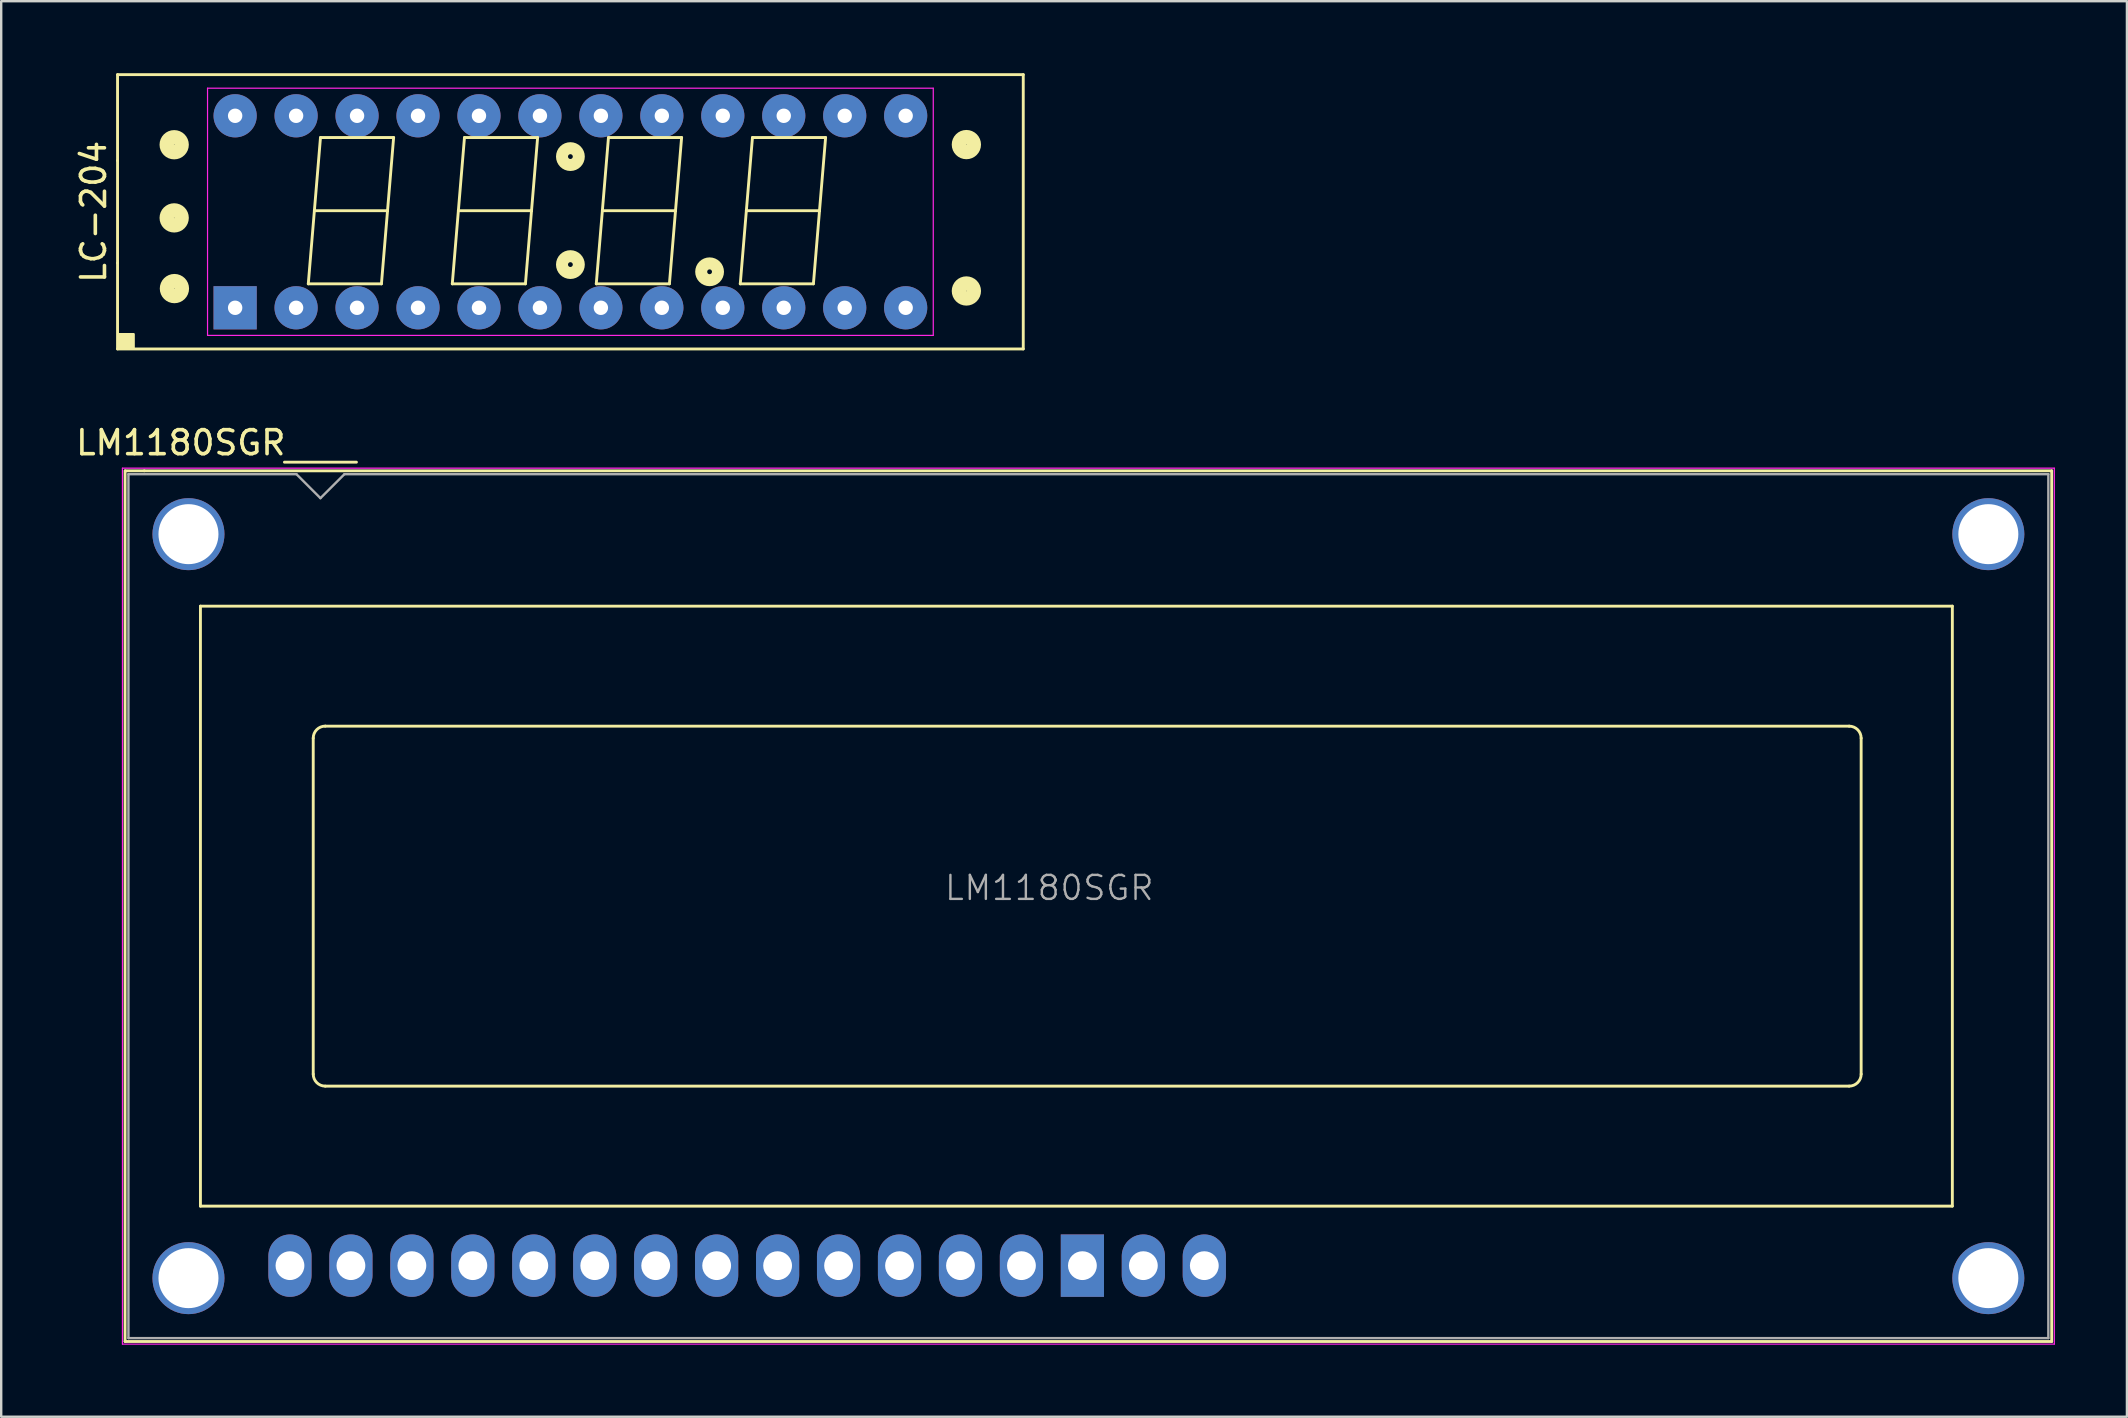
<source format=kicad_pcb>
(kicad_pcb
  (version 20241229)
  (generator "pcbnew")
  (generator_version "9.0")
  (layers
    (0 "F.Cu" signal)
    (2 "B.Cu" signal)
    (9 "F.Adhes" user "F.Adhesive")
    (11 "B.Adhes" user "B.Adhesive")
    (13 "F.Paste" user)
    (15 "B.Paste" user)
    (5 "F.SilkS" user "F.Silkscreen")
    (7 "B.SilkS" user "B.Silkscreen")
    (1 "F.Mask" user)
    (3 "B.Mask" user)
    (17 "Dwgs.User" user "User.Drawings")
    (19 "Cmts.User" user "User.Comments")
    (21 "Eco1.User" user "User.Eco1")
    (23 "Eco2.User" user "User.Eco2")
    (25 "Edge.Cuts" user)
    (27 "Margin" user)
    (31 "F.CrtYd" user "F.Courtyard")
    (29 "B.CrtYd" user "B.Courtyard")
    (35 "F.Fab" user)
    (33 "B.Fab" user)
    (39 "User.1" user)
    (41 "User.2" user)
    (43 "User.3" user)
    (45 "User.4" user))
  (footprint "LM1180SGR"
    (layer "F.Cu")
    (at 10.302 19.208)
    (property "Reference" "LM1180SGR" (at -5.82 -3.81 0) (layer "F.SilkS") (effects (font (size 1 1) (thickness 0.15))))
    (attr through_hole)
    (fp_line (start -8.14 -2.64) (end -8.14 33.64) (stroke (width 0.12) (type solid)) (layer "F.SilkS"))
    (fp_line (start -8.14 33.64) (end 72.14 33.64) (stroke (width 0.12) (type solid)) (layer "F.SilkS"))
    (fp_line (start -8.13 -2.64) (end -7.34 -2.64) (stroke (width 0.12) (type solid)) (layer "F.SilkS"))
    (fp_line (start -5 3) (end 68 3) (stroke (width 0.12) (type solid)) (layer "F.SilkS"))
    (fp_line (start -5 28) (end -5 3) (stroke (width 0.12) (type solid)) (layer "F.SilkS"))
    (fp_line (start -1.5 -3) (end 1.5 -3) (stroke (width 0.12) (type solid)) (layer "F.SilkS"))
    (fp_line (start -0.3 22.499) (end -0.3 8.5) (stroke (width 0.12) (type solid)) (layer "F.SilkS"))
    (fp_line (start 0.2 8) (end 63.7 8) (stroke (width 0.12) (type solid)) (layer "F.SilkS"))
    (fp_line (start 63.701 23) (end 0.2 23) (stroke (width 0.12) (type solid)) (layer "F.SilkS"))
    (fp_line (start 64.2 8.5) (end 64.2 22.5) (stroke (width 0.12) (type solid)) (layer "F.SilkS"))
    (fp_line (start 68 3) (end 68 28) (stroke (width 0.12) (type solid)) (layer "F.SilkS"))
    (fp_line (start 68 28) (end -5 28) (stroke (width 0.12) (type solid)) (layer "F.SilkS"))
    (fp_line (start 72.14 -2.64) (end -7.34 -2.64) (stroke (width 0.12) (type solid)) (layer "F.SilkS"))
    (fp_line (start 72.14 33.64) (end 72.14 -2.64) (stroke (width 0.12) (type solid)) (layer "F.SilkS"))
    (fp_arc (start -0.29972 8.49884) (mid -0.153162 8.145018) (end 0.20066 7.99846) (stroke (width 0.12) (type solid)) (layer "F.SilkS"))
    (fp_arc (start 0.20066 22.9997) (mid -0.153162 22.853142) (end -0.29972 22.49932) (stroke (width 0.12) (type solid)) (layer "F.SilkS"))
    (fp_arc (start 63.7 8) (mid 64.053553 8.146447) (end 64.2 8.5) (stroke (width 0.12) (type solid)) (layer "F.SilkS"))
    (fp_arc (start 64.20104 22.49932) (mid 64.054482 22.853142) (end 63.70066 22.9997) (stroke (width 0.12) (type solid)) (layer "F.SilkS"))
    (fp_line (start -8.25 -2.75) (end -8.25 33.75) (stroke (width 0.05) (type solid)) (layer "F.CrtYd"))
    (fp_line (start -8.25 -2.75) (end 72.25 -2.75) (stroke (width 0.05) (type solid)) (layer "F.CrtYd"))
    (fp_line (start -8.25 33.75) (end 72.25 33.75) (stroke (width 0.05) (type solid)) (layer "F.CrtYd"))
    (fp_line (start 72.25 -2.75) (end 72.25 33.75) (stroke (width 0.05) (type solid)) (layer "F.CrtYd"))
    (fp_line (start -8 33.5) (end -8 -2.5) (stroke (width 0.1) (type solid)) (layer "F.Fab"))
    (fp_line (start -1 -2.5) (end -8 -2.5) (stroke (width 0.1) (type solid)) (layer "F.Fab"))
    (fp_line (start 0 -1.5) (end -1 -2.5) (stroke (width 0.1) (type solid)) (layer "F.Fab"))
    (fp_line (start 1 -2.5) (end 0 -1.5) (stroke (width 0.1) (type solid)) (layer "F.Fab"))
    (fp_line (start 1 -2.5) (end 72 -2.5) (stroke (width 0.1) (type solid)) (layer "F.Fab"))
    (fp_line (start 72 -2.5) (end 72 33.5) (stroke (width 0.1) (type solid)) (layer "F.Fab"))
    (fp_line (start 72 33.5) (end -8 33.5) (stroke (width 0.1) (type solid)) (layer "F.Fab"))
    (fp_text user "${REFERENCE}" (at 30.37 14.74 0) (layer "F.Fab") (effects (font (size 1 1) (thickness 0.1))))
    (pad "" thru_hole circle (at -5.499 0) (size 3 3) (drill 2.5) (layers "*.Cu" "*.Mask"))
    (pad "" thru_hole circle (at -5.499 31.001) (size 3 3) (drill 2.5) (layers "*.Cu" "*.Mask"))
    (pad "" thru_hole circle (at 69.499 31.001) (size 3 3) (drill 2.5) (layers "*.Cu" "*.Mask"))
    (pad "" thru_hole circle (at 69.5 0) (size 3 3) (drill 2.5) (layers "*.Cu" "*.Mask"))
    (pad "1" thru_hole rect (at 31.75 30.48 180) (size 1.8 2.6) (drill 1.2) (layers "*.Cu" "*.Mask"))
    (pad "2" thru_hole oval (at 29.21 30.48 180) (size 1.8 2.6) (drill 1.2) (layers "*.Cu" "*.Mask"))
    (pad "3" thru_hole oval (at 26.67 30.48 180) (size 1.8 2.6) (drill 1.2) (layers "*.Cu" "*.Mask"))
    (pad "4" thru_hole oval (at 24.13 30.48 180) (size 1.8 2.6) (drill 1.2) (layers "*.Cu" "*.Mask"))
    (pad "5" thru_hole oval (at 21.59 30.48 180) (size 1.8 2.6) (drill 1.2) (layers "*.Cu" "*.Mask"))
    (pad "6" thru_hole oval (at 19.05 30.48 180) (size 1.8 2.6) (drill 1.2) (layers "*.Cu" "*.Mask"))
    (pad "7" thru_hole oval (at 16.51 30.48 180) (size 1.8 2.6) (drill 1.2) (layers "*.Cu" "*.Mask"))
    (pad "8" thru_hole oval (at 13.97 30.48 180) (size 1.8 2.6) (drill 1.2) (layers "*.Cu" "*.Mask"))
    (pad "9" thru_hole oval (at 11.43 30.48 180) (size 1.8 2.6) (drill 1.2) (layers "*.Cu" "*.Mask"))
    (pad "10" thru_hole oval (at 8.89 30.48 180) (size 1.8 2.6) (drill 1.2) (layers "*.Cu" "*.Mask"))
    (pad "11" thru_hole oval (at 6.35 30.48 180) (size 1.8 2.6) (drill 1.2) (layers "*.Cu" "*.Mask"))
    (pad "12" thru_hole oval (at 3.81 30.48 180) (size 1.8 2.6) (drill 1.2) (layers "*.Cu" "*.Mask"))
    (pad "13" thru_hole oval (at 1.27 30.48 180) (size 1.8 2.6) (drill 1.2) (layers "*.Cu" "*.Mask"))
    (pad "14" thru_hole oval (at -1.27 30.48 180) (size 1.8 2.6) (drill 1.2) (layers "*.Cu" "*.Mask"))
    (pad "15" thru_hole oval (at 34.29 30.48) (size 1.8 2.6) (drill 1.2) (layers "*.Cu" "*.Mask"))
    (pad "16" thru_hole oval (at 36.83 30.48) (size 1.8 2.6) (drill 1.2) (layers "*.Cu" "*.Mask")))
  (footprint "LC-204"
    (layer "F.Cu")
    (at 20.718 5.775)
    (property "Reference" "LC-204" (at -19.87 0 90) (layer "F.SilkS") (effects (font (size 1 1) (thickness 0.15))))
    (attr through_hole)
    (fp_line (start -18.87 -5.715) (end -18.87 -2.133) (stroke (width 0.12) (type solid)) (layer "F.SilkS"))
    (fp_line (start -18.87 -2.133) (end -18.87 2.133) (stroke (width 0.12) (type solid)) (layer "F.SilkS"))
    (fp_line (start -18.87 2.133) (end -18.87 5.715) (stroke (width 0.12) (type solid)) (layer "F.SilkS"))
    (fp_line (start -18.87 5.715) (end 18.87 5.715) (stroke (width 0.12) (type solid)) (layer "F.SilkS"))
    (fp_line (start -10.922 3.002) (end -7.874 3.002) (stroke (width 0.12) (type solid)) (layer "F.SilkS"))
    (fp_line (start -10.668 -0.046) (end -10.922 3.002) (stroke (width 0.12) (type solid)) (layer "F.SilkS"))
    (fp_line (start -10.668 -0.046) (end -7.62 -0.046) (stroke (width 0.12) (type solid)) (layer "F.SilkS"))
    (fp_line (start -10.414 -3.094) (end -10.668 -0.046) (stroke (width 0.12) (type solid)) (layer "F.SilkS"))
    (fp_line (start -10.414 -3.094) (end -7.366 -3.094) (stroke (width 0.12) (type solid)) (layer "F.SilkS"))
    (fp_line (start -7.874 3.002) (end -7.62 -0.046) (stroke (width 0.12) (type solid)) (layer "F.SilkS"))
    (fp_line (start -7.62 -0.046) (end -7.366 -3.094) (stroke (width 0.12) (type solid)) (layer "F.SilkS"))
    (fp_line (start -4.922 3.002) (end -1.874 3.002) (stroke (width 0.12) (type solid)) (layer "F.SilkS"))
    (fp_line (start -4.668 -0.046) (end -4.922 3.002) (stroke (width 0.12) (type solid)) (layer "F.SilkS"))
    (fp_line (start -4.668 -0.046) (end -1.62 -0.046) (stroke (width 0.12) (type solid)) (layer "F.SilkS"))
    (fp_line (start -4.414 -3.094) (end -4.668 -0.046) (stroke (width 0.12) (type solid)) (layer "F.SilkS"))
    (fp_line (start -4.414 -3.094) (end -1.366 -3.094) (stroke (width 0.12) (type solid)) (layer "F.SilkS"))
    (fp_line (start -1.874 3.002) (end -1.62 -0.046) (stroke (width 0.12) (type solid)) (layer "F.SilkS"))
    (fp_line (start -1.62 -0.046) (end -1.366 -3.094) (stroke (width 0.12) (type solid)) (layer "F.SilkS"))
    (fp_line (start 1.078 3.002) (end 4.126 3.002) (stroke (width 0.12) (type solid)) (layer "F.SilkS"))
    (fp_line (start 1.332 -0.046) (end 1.078 3.002) (stroke (width 0.12) (type solid)) (layer "F.SilkS"))
    (fp_line (start 1.332 -0.046) (end 4.38 -0.046) (stroke (width 0.12) (type solid)) (layer "F.SilkS"))
    (fp_line (start 1.586 -3.094) (end 1.332 -0.046) (stroke (width 0.12) (type solid)) (layer "F.SilkS"))
    (fp_line (start 1.586 -3.094) (end 4.634 -3.094) (stroke (width 0.12) (type solid)) (layer "F.SilkS"))
    (fp_line (start 4.126 3.002) (end 4.38 -0.046) (stroke (width 0.12) (type solid)) (layer "F.SilkS"))
    (fp_line (start 4.38 -0.046) (end 4.634 -3.094) (stroke (width 0.12) (type solid)) (layer "F.SilkS"))
    (fp_line (start 7.078 3.002) (end 10.126 3.002) (stroke (width 0.12) (type solid)) (layer "F.SilkS"))
    (fp_line (start 7.332 -0.046) (end 7.078 3.002) (stroke (width 0.12) (type solid)) (layer "F.SilkS"))
    (fp_line (start 7.332 -0.046) (end 10.38 -0.046) (stroke (width 0.12) (type solid)) (layer "F.SilkS"))
    (fp_line (start 7.586 -3.094) (end 7.332 -0.046) (stroke (width 0.12) (type solid)) (layer "F.SilkS"))
    (fp_line (start 7.586 -3.094) (end 10.634 -3.094) (stroke (width 0.12) (type solid)) (layer "F.SilkS"))
    (fp_line (start 10.126 3.002) (end 10.38 -0.046) (stroke (width 0.12) (type solid)) (layer "F.SilkS"))
    (fp_line (start 10.38 -0.046) (end 10.634 -3.094) (stroke (width 0.12) (type solid)) (layer "F.SilkS"))
    (fp_line (start 18.87 -5.715) (end -18.87 -5.715) (stroke (width 0.12) (type solid)) (layer "F.SilkS"))
    (fp_line (start 18.87 5.715) (end 18.87 -5.715) (stroke (width 0.12) (type solid)) (layer "F.SilkS"))
    (fp_circle (center -16.51 -2.794) (end -16.2 -2.8) (stroke (width 0.6) (type solid)) (fill no) (layer "F.SilkS"))
    (fp_circle (center -16.51 0.254) (end -16.2 0.254) (stroke (width 0.6) (type solid)) (fill no) (layer "F.SilkS"))
    (fp_circle (center -16.5 3.2) (end -16.19 3.2) (stroke (width 0.6) (type solid)) (fill no) (layer "F.SilkS"))
    (fp_circle (center 0 -2.3) (end 0.1 -2.3) (stroke (width 0.5) (type solid)) (fill no) (layer "F.SilkS"))
    (fp_circle (center 0 2.2) (end 0.1 2.2) (stroke (width 0.5) (type solid)) (fill no) (layer "F.SilkS"))
    (fp_circle (center 5.8 2.5) (end 5.9 2.5) (stroke (width 0.5) (type solid)) (fill no) (layer "F.SilkS"))
    (fp_circle (center 16.5 -2.8) (end 16.81 -2.8) (stroke (width 0.6) (type solid)) (fill no) (layer "F.SilkS"))
    (fp_circle (center 16.5 3.3) (end 16.81 3.3) (stroke (width 0.6) (type solid)) (fill no) (layer "F.SilkS"))
    (fp_poly (pts (xy -18.2 5.1) (xy -18.2 5.7) (xy -18.8 5.7) (xy -18.8 5.1)) (stroke (width 0.1) (type solid)) (fill yes) (layer "F.SilkS"))
    (fp_line (start -15.12 -5.15) (end 15.12 -5.15) (stroke (width 0.05) (type solid)) (layer "F.CrtYd"))
    (fp_line (start -15.12 5.15) (end -15.12 -5.15) (stroke (width 0.05) (type solid)) (layer "F.CrtYd"))
    (fp_line (start 15.12 -5.15) (end 15.12 5.15) (stroke (width 0.05) (type solid)) (layer "F.CrtYd"))
    (fp_line (start 15.12 5.15) (end -15.12 5.15) (stroke (width 0.05) (type solid)) (layer "F.CrtYd"))
    (pad "1" thru_hole rect (at -13.97 4) (size 1.8 1.8) (drill oval 0.6) (layers "*.Cu" "*.Mask"))
    (pad "2" thru_hole circle (at -11.43 4) (size 1.8 1.8) (drill 0.6) (layers "*.Cu" "*.Mask"))
    (pad "3" thru_hole circle (at -8.89 4) (size 1.8 1.8) (drill 0.6) (layers "*.Cu" "*.Mask"))
    (pad "4" thru_hole circle (at -6.35 4) (size 1.8 1.8) (drill 0.6) (layers "*.Cu" "*.Mask"))
    (pad "5" thru_hole circle (at -3.81 4) (size 1.8 1.8) (drill 0.6) (layers "*.Cu" "*.Mask"))
    (pad "6" thru_hole circle (at -1.27 4) (size 1.8 1.8) (drill 0.6) (layers "*.Cu" "*.Mask"))
    (pad "7" thru_hole circle (at 1.27 4) (size 1.8 1.8) (drill 0.6) (layers "*.Cu" "*.Mask"))
    (pad "8" thru_hole circle (at 3.81 4) (size 1.8 1.8) (drill 0.6) (layers "*.Cu" "*.Mask"))
    (pad "9" thru_hole circle (at 6.35 4) (size 1.8 1.8) (drill 0.6) (layers "*.Cu" "*.Mask"))
    (pad "10" thru_hole circle (at 8.89 4) (size 1.8 1.8) (drill 0.6) (layers "*.Cu" "*.Mask"))
    (pad "11" thru_hole circle (at 11.43 4) (size 1.8 1.8) (drill 0.6) (layers "*.Cu" "*.Mask"))
    (pad "12" thru_hole circle (at 13.97 4) (size 1.8 1.8) (drill 0.6) (layers "*.Cu" "*.Mask"))
    (pad "13" thru_hole circle (at 13.97 -4) (size 1.8 1.8) (drill 0.6) (layers "*.Cu" "*.Mask"))
    (pad "14" thru_hole circle (at 11.43 -4) (size 1.8 1.8) (drill 0.6) (layers "*.Cu" "*.Mask"))
    (pad "15" thru_hole circle (at 8.89 -4) (size 1.8 1.8) (drill 0.6) (layers "*.Cu" "*.Mask"))
    (pad "16" thru_hole circle (at 6.35 -4) (size 1.8 1.8) (drill 0.6) (layers "*.Cu" "*.Mask"))
    (pad "17" thru_hole circle (at 3.81 -4) (size 1.8 1.8) (drill 0.6) (layers "*.Cu" "*.Mask"))
    (pad "18" thru_hole circle (at 1.27 -4) (size 1.8 1.8) (drill 0.6) (layers "*.Cu" "*.Mask"))
    (pad "19" thru_hole circle (at -1.27 -4) (size 1.8 1.8) (drill 0.6) (layers "*.Cu" "*.Mask"))
    (pad "20" thru_hole circle (at -3.81 -4) (size 1.8 1.8) (drill 0.6) (layers "*.Cu" "*.Mask"))
    (pad "21" thru_hole circle (at -6.35 -4) (size 1.8 1.8) (drill 0.6) (layers "*.Cu" "*.Mask"))
    (pad "22" thru_hole circle (at -8.89 -4) (size 1.8 1.8) (drill 0.6) (layers "*.Cu" "*.Mask"))
    (pad "23" thru_hole circle (at -11.43 -4) (size 1.8 1.8) (drill 0.6) (layers "*.Cu" "*.Mask"))
    (pad "24" thru_hole circle (at -13.97 -4) (size 1.8 1.8) (drill 0.6) (layers "*.Cu" "*.Mask")))
  (gr_rect
    (start -3 -3)
    (end 85.577 55.983)
    (stroke (width 0.1) (type default))
    (fill no)
    (layer "Edge.Cuts")))
</source>
